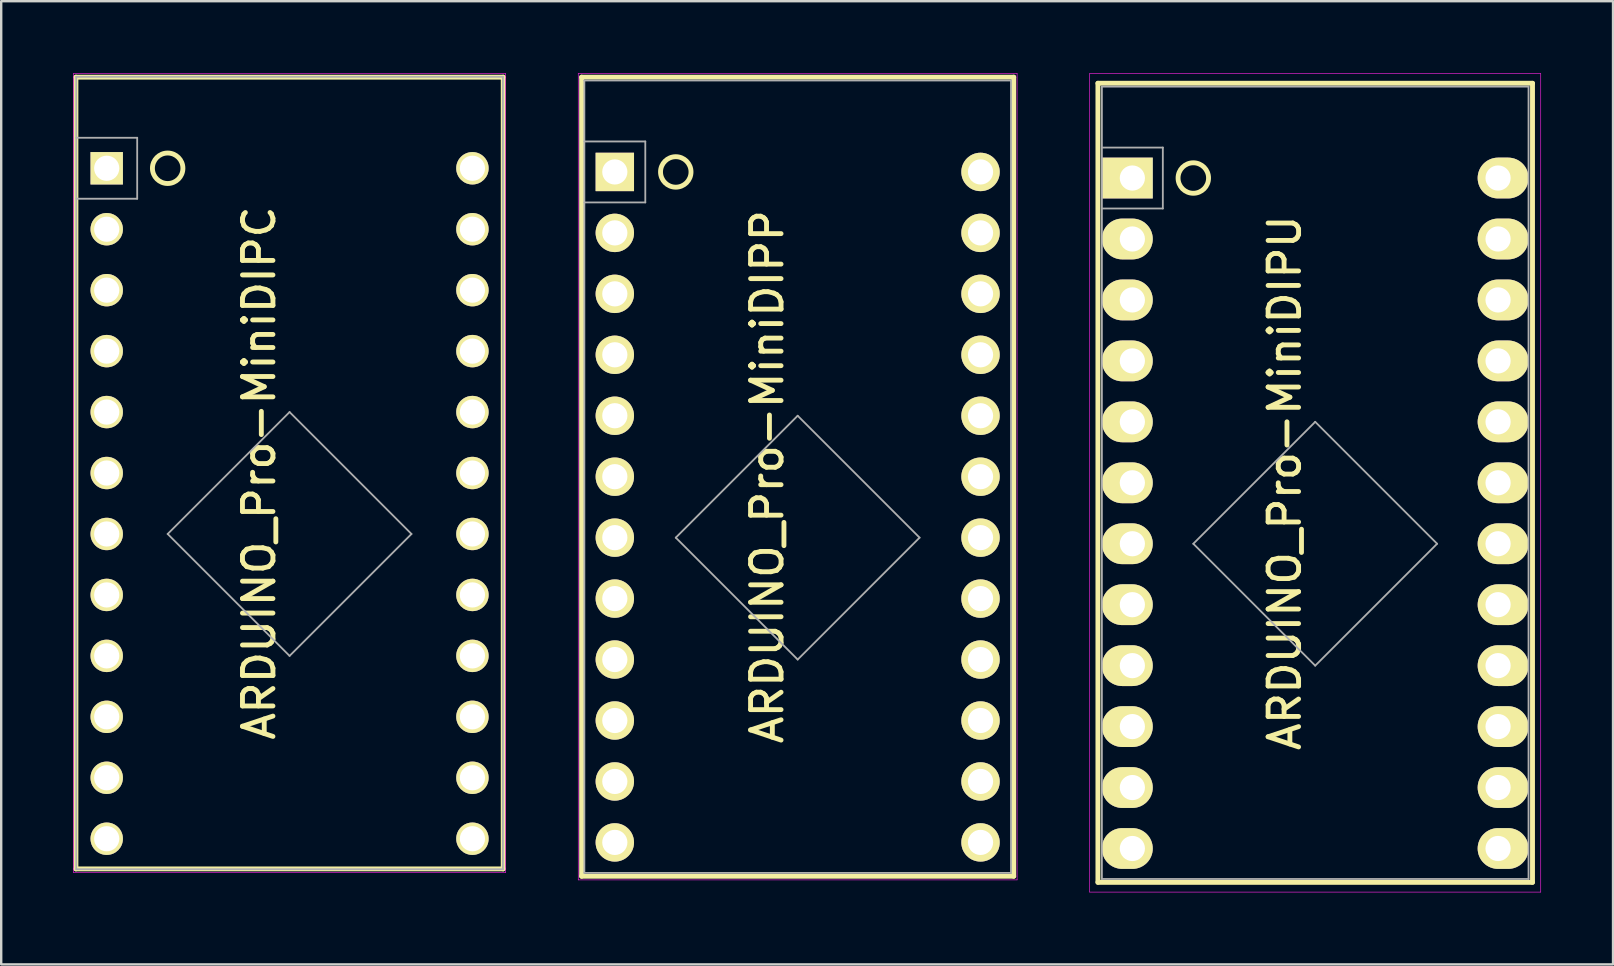
<source format=kicad_pcb>
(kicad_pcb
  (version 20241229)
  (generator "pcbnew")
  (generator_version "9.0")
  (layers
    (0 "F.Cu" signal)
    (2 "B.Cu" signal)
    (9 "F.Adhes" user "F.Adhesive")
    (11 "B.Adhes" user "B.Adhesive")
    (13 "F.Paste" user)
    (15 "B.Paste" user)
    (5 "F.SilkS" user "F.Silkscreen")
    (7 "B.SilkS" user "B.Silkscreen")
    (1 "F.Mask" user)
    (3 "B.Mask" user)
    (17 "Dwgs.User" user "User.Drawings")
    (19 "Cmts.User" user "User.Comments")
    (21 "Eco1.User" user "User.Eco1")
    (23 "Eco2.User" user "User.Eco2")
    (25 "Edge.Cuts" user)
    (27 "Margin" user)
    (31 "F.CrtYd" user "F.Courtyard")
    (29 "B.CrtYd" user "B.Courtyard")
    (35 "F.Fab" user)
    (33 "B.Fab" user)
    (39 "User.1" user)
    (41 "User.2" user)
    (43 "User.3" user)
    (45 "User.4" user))
  (footprint "ARDUINO_Pro-MiniDIPP"
    (layer "F.Cu")
    (at 30.191 16.815)
    (property "Reference" "ARDUINO_Pro-MiniDIPP" (at -1.27 0 90) (layer "F.SilkS") (effects (font (size 1.27 1.27) (thickness 0.203))))
    (attr through_hole)
    (fp_line (start -9.004 -16.65) (end 9.004 -16.65) (stroke (width 0.203) (type solid)) (layer "F.SilkS"))
    (fp_line (start -9.004 16.65) (end -9.004 -16.65) (stroke (width 0.203) (type solid)) (layer "F.SilkS"))
    (fp_line (start 9.004 -16.65) (end 9.004 16.65) (stroke (width 0.203) (type solid)) (layer "F.SilkS"))
    (fp_line (start 9.004 16.65) (end -9.004 16.65) (stroke (width 0.203) (type solid)) (layer "F.SilkS"))
    (fp_circle (center -5.08 -12.7) (end -4.445 -12.7) (stroke (width 0.203) (type solid)) (fill no) (layer "F.SilkS"))
    (fp_line (start -9.144 -16.802) (end 9.144 -16.802) (stroke (width 0.025) (type solid)) (layer "F.CrtYd"))
    (fp_line (start -9.144 16.802) (end -9.144 -16.802) (stroke (width 0.025) (type solid)) (layer "F.CrtYd"))
    (fp_line (start 9.144 -16.802) (end 9.144 16.802) (stroke (width 0.025) (type solid)) (layer "F.CrtYd"))
    (fp_line (start 9.144 16.802) (end -9.144 16.802) (stroke (width 0.025) (type solid)) (layer "F.CrtYd"))
    (fp_line (start -8.89 -16.51) (end 8.89 -16.51) (stroke (width 0.076) (type solid)) (layer "F.Fab"))
    (fp_line (start -8.89 -13.97) (end -6.35 -13.97) (stroke (width 0.076) (type solid)) (layer "F.Fab"))
    (fp_line (start -8.89 16.51) (end -8.89 -16.51) (stroke (width 0.076) (type solid)) (layer "F.Fab"))
    (fp_line (start -6.35 -13.97) (end -6.35 -11.43) (stroke (width 0.076) (type solid)) (layer "F.Fab"))
    (fp_line (start -6.35 -11.43) (end -8.89 -11.43) (stroke (width 0.076) (type solid)) (layer "F.Fab"))
    (fp_line (start -5.08 2.54) (end 0 7.62) (stroke (width 0.076) (type solid)) (layer "F.Fab"))
    (fp_line (start 0 -2.54) (end -5.08 2.54) (stroke (width 0.076) (type solid)) (layer "F.Fab"))
    (fp_line (start 0 7.62) (end 5.08 2.54) (stroke (width 0.076) (type solid)) (layer "F.Fab"))
    (fp_line (start 5.08 2.54) (end 0 -2.54) (stroke (width 0.076) (type solid)) (layer "F.Fab"))
    (fp_line (start 8.89 -16.51) (end 8.89 16.51) (stroke (width 0.076) (type solid)) (layer "F.Fab"))
    (fp_line (start 8.89 16.51) (end -8.89 16.51) (stroke (width 0.076) (type solid)) (layer "F.Fab"))
    (pad "1" thru_hole rect (at -7.62 -12.7) (size 1.6 1.6) (drill 1.05) (layers "*.Cu" "*.Mask" "F.SilkS"))
    (pad "2" thru_hole circle (at -7.62 -10.16) (size 1.6 1.6) (drill 1.05) (layers "*.Cu" "*.Mask" "F.SilkS"))
    (pad "3" thru_hole circle (at -7.62 -7.62) (size 1.6 1.6) (drill 1.05) (layers "*.Cu" "*.Mask" "F.SilkS"))
    (pad "4" thru_hole circle (at -7.62 -5.08) (size 1.6 1.6) (drill 1.05) (layers "*.Cu" "*.Mask" "F.SilkS"))
    (pad "5" thru_hole circle (at -7.62 -2.54) (size 1.6 1.6) (drill 1.05) (layers "*.Cu" "*.Mask" "F.SilkS"))
    (pad "6" thru_hole circle (at -7.62 0) (size 1.6 1.6) (drill 1.05) (layers "*.Cu" "*.Mask" "F.SilkS"))
    (pad "7" thru_hole circle (at -7.62 2.54) (size 1.6 1.6) (drill 1.05) (layers "*.Cu" "*.Mask" "F.SilkS"))
    (pad "8" thru_hole circle (at -7.62 5.08) (size 1.6 1.6) (drill 1.05) (layers "*.Cu" "*.Mask" "F.SilkS"))
    (pad "9" thru_hole circle (at -7.62 7.62) (size 1.6 1.6) (drill 1.05) (layers "*.Cu" "*.Mask" "F.SilkS"))
    (pad "10" thru_hole circle (at -7.62 10.16) (size 1.6 1.6) (drill 1.05) (layers "*.Cu" "*.Mask" "F.SilkS"))
    (pad "11" thru_hole circle (at -7.62 12.7) (size 1.6 1.6) (drill 1.05) (layers "*.Cu" "*.Mask" "F.SilkS"))
    (pad "12" thru_hole circle (at -7.62 15.24) (size 1.6 1.6) (drill 1.05) (layers "*.Cu" "*.Mask" "F.SilkS"))
    (pad "13" thru_hole circle (at 7.62 15.24) (size 1.6 1.6) (drill 1.05) (layers "*.Cu" "*.Mask" "F.SilkS"))
    (pad "14" thru_hole circle (at 7.62 12.7) (size 1.6 1.6) (drill 1.05) (layers "*.Cu" "*.Mask" "F.SilkS"))
    (pad "15" thru_hole circle (at 7.62 10.16) (size 1.6 1.6) (drill 1.05) (layers "*.Cu" "*.Mask" "F.SilkS"))
    (pad "16" thru_hole circle (at 7.62 7.62) (size 1.6 1.6) (drill 1.05) (layers "*.Cu" "*.Mask" "F.SilkS"))
    (pad "17" thru_hole circle (at 7.62 5.08) (size 1.6 1.6) (drill 1.05) (layers "*.Cu" "*.Mask" "F.SilkS"))
    (pad "18" thru_hole circle (at 7.62 2.54) (size 1.6 1.6) (drill 1.05) (layers "*.Cu" "*.Mask" "F.SilkS"))
    (pad "19" thru_hole circle (at 7.62 0) (size 1.6 1.6) (drill 1.05) (layers "*.Cu" "*.Mask" "F.SilkS"))
    (pad "20" thru_hole circle (at 7.62 -2.54) (size 1.6 1.6) (drill 1.05) (layers "*.Cu" "*.Mask" "F.SilkS"))
    (pad "21" thru_hole circle (at 7.62 -5.08) (size 1.6 1.6) (drill 1.05) (layers "*.Cu" "*.Mask" "F.SilkS"))
    (pad "22" thru_hole circle (at 7.62 -7.62) (size 1.6 1.6) (drill 1.05) (layers "*.Cu" "*.Mask" "F.SilkS"))
    (pad "23" thru_hole circle (at 7.62 -10.16) (size 1.6 1.6) (drill 1.05) (layers "*.Cu" "*.Mask" "F.SilkS"))
    (pad "24" thru_hole circle (at 7.62 -12.7) (size 1.6 1.6) (drill 1.05) (layers "*.Cu" "*.Mask" "F.SilkS")))
  (footprint "ARDUINO_Pro-MiniDIPC"
    (layer "F.Cu")
    (at 9.017 16.662)
    (property "Reference" "ARDUINO_Pro-MiniDIPC" (at -1.27 0 90) (layer "F.SilkS") (effects (font (size 1.27 1.27) (thickness 0.203))))
    (attr through_hole)
    (fp_line (start -8.903 -16.497) (end 8.903 -16.497) (stroke (width 0.203) (type solid)) (layer "F.SilkS"))
    (fp_line (start -8.903 16.497) (end -8.903 -16.497) (stroke (width 0.203) (type solid)) (layer "F.SilkS"))
    (fp_line (start 8.903 -16.497) (end 8.903 16.497) (stroke (width 0.203) (type solid)) (layer "F.SilkS"))
    (fp_line (start 8.903 16.497) (end -8.903 16.497) (stroke (width 0.203) (type solid)) (layer "F.SilkS"))
    (fp_circle (center -5.08 -12.7) (end -4.445 -12.7) (stroke (width 0.203) (type solid)) (fill no) (layer "F.SilkS"))
    (fp_line (start -9.004 -16.65) (end 9.004 -16.65) (stroke (width 0.025) (type solid)) (layer "F.CrtYd"))
    (fp_line (start -9.004 16.65) (end -9.004 -16.65) (stroke (width 0.025) (type solid)) (layer "F.CrtYd"))
    (fp_line (start 9.004 -16.65) (end 9.004 16.65) (stroke (width 0.025) (type solid)) (layer "F.CrtYd"))
    (fp_line (start 9.004 16.65) (end -9.004 16.65) (stroke (width 0.025) (type solid)) (layer "F.CrtYd"))
    (fp_line (start -8.89 -16.51) (end 8.89 -16.51) (stroke (width 0.076) (type solid)) (layer "F.Fab"))
    (fp_line (start -8.89 -13.97) (end -6.35 -13.97) (stroke (width 0.076) (type solid)) (layer "F.Fab"))
    (fp_line (start -8.89 16.51) (end -8.89 -16.51) (stroke (width 0.076) (type solid)) (layer "F.Fab"))
    (fp_line (start -6.35 -13.97) (end -6.35 -11.43) (stroke (width 0.076) (type solid)) (layer "F.Fab"))
    (fp_line (start -6.35 -11.43) (end -8.89 -11.43) (stroke (width 0.076) (type solid)) (layer "F.Fab"))
    (fp_line (start -5.08 2.54) (end 0 7.62) (stroke (width 0.076) (type solid)) (layer "F.Fab"))
    (fp_line (start 0 -2.54) (end -5.08 2.54) (stroke (width 0.076) (type solid)) (layer "F.Fab"))
    (fp_line (start 0 7.62) (end 5.08 2.54) (stroke (width 0.076) (type solid)) (layer "F.Fab"))
    (fp_line (start 5.08 2.54) (end 0 -2.54) (stroke (width 0.076) (type solid)) (layer "F.Fab"))
    (fp_line (start 8.89 -16.51) (end 8.89 16.51) (stroke (width 0.076) (type solid)) (layer "F.Fab"))
    (fp_line (start 8.89 16.51) (end -8.89 16.51) (stroke (width 0.076) (type solid)) (layer "F.Fab"))
    (pad "1" thru_hole rect (at -7.62 -12.7) (size 1.35 1.35) (drill 1.05) (layers "*.Cu" "*.Mask" "F.SilkS"))
    (pad "2" thru_hole circle (at -7.62 -10.16) (size 1.35 1.35) (drill 1.05) (layers "*.Cu" "*.Mask" "F.SilkS"))
    (pad "3" thru_hole circle (at -7.62 -7.62) (size 1.35 1.35) (drill 1.05) (layers "*.Cu" "*.Mask" "F.SilkS"))
    (pad "4" thru_hole circle (at -7.62 -5.08) (size 1.35 1.35) (drill 1.05) (layers "*.Cu" "*.Mask" "F.SilkS"))
    (pad "5" thru_hole circle (at -7.62 -2.54) (size 1.35 1.35) (drill 1.05) (layers "*.Cu" "*.Mask" "F.SilkS"))
    (pad "6" thru_hole circle (at -7.62 0) (size 1.35 1.35) (drill 1.05) (layers "*.Cu" "*.Mask" "F.SilkS"))
    (pad "7" thru_hole circle (at -7.62 2.54) (size 1.35 1.35) (drill 1.05) (layers "*.Cu" "*.Mask" "F.SilkS"))
    (pad "8" thru_hole circle (at -7.62 5.08) (size 1.35 1.35) (drill 1.05) (layers "*.Cu" "*.Mask" "F.SilkS"))
    (pad "9" thru_hole circle (at -7.62 7.62) (size 1.35 1.35) (drill 1.05) (layers "*.Cu" "*.Mask" "F.SilkS"))
    (pad "10" thru_hole circle (at -7.62 10.16) (size 1.35 1.35) (drill 1.05) (layers "*.Cu" "*.Mask" "F.SilkS"))
    (pad "11" thru_hole circle (at -7.62 12.7) (size 1.35 1.35) (drill 1.05) (layers "*.Cu" "*.Mask" "F.SilkS"))
    (pad "12" thru_hole circle (at -7.62 15.24) (size 1.35 1.35) (drill 1.05) (layers "*.Cu" "*.Mask" "F.SilkS"))
    (pad "13" thru_hole circle (at 7.62 15.24) (size 1.35 1.35) (drill 1.05) (layers "*.Cu" "*.Mask" "F.SilkS"))
    (pad "14" thru_hole circle (at 7.62 12.7) (size 1.35 1.35) (drill 1.05) (layers "*.Cu" "*.Mask" "F.SilkS"))
    (pad "15" thru_hole circle (at 7.62 10.16) (size 1.35 1.35) (drill 1.05) (layers "*.Cu" "*.Mask" "F.SilkS"))
    (pad "16" thru_hole circle (at 7.62 7.62) (size 1.35 1.35) (drill 1.05) (layers "*.Cu" "*.Mask" "F.SilkS"))
    (pad "17" thru_hole circle (at 7.62 5.08) (size 1.35 1.35) (drill 1.05) (layers "*.Cu" "*.Mask" "F.SilkS"))
    (pad "18" thru_hole circle (at 7.62 2.54) (size 1.35 1.35) (drill 1.05) (layers "*.Cu" "*.Mask" "F.SilkS"))
    (pad "19" thru_hole circle (at 7.62 0) (size 1.35 1.35) (drill 1.05) (layers "*.Cu" "*.Mask" "F.SilkS"))
    (pad "20" thru_hole circle (at 7.62 -2.54) (size 1.35 1.35) (drill 1.05) (layers "*.Cu" "*.Mask" "F.SilkS"))
    (pad "21" thru_hole circle (at 7.62 -5.08) (size 1.35 1.35) (drill 1.05) (layers "*.Cu" "*.Mask" "F.SilkS"))
    (pad "22" thru_hole circle (at 7.62 -7.62) (size 1.35 1.35) (drill 1.05) (layers "*.Cu" "*.Mask" "F.SilkS"))
    (pad "23" thru_hole circle (at 7.62 -10.16) (size 1.35 1.35) (drill 1.05) (layers "*.Cu" "*.Mask" "F.SilkS"))
    (pad "24" thru_hole circle (at 7.62 -12.7) (size 1.35 1.35) (drill 1.05) (layers "*.Cu" "*.Mask" "F.SilkS")))
  (footprint "ARDUINO_Pro-MiniDIPU"
    (layer "F.Cu")
    (at 51.758 17.069)
    (property "Reference" "ARDUINO_Pro-MiniDIPU" (at -1.27 0 90) (layer "F.SilkS") (effects (font (size 1.27 1.27) (thickness 0.203))))
    (attr through_hole)
    (fp_line (start -9.055 -16.65) (end 9.055 -16.65) (stroke (width 0.203) (type solid)) (layer "F.SilkS"))
    (fp_line (start -9.055 16.65) (end -9.055 -16.65) (stroke (width 0.203) (type solid)) (layer "F.SilkS"))
    (fp_line (start 9.055 -16.65) (end 9.055 16.65) (stroke (width 0.203) (type solid)) (layer "F.SilkS"))
    (fp_line (start 9.055 16.65) (end -9.055 16.65) (stroke (width 0.203) (type solid)) (layer "F.SilkS"))
    (fp_circle (center -5.08 -12.7) (end -4.445 -12.7) (stroke (width 0.203) (type solid)) (fill no) (layer "F.SilkS"))
    (fp_line (start -9.398 -17.056) (end 9.398 -17.056) (stroke (width 0.025) (type solid)) (layer "F.CrtYd"))
    (fp_line (start -9.398 17.056) (end -9.398 -17.056) (stroke (width 0.025) (type solid)) (layer "F.CrtYd"))
    (fp_line (start 9.398 -17.056) (end 9.398 17.056) (stroke (width 0.025) (type solid)) (layer "F.CrtYd"))
    (fp_line (start 9.398 17.056) (end -9.398 17.056) (stroke (width 0.025) (type solid)) (layer "F.CrtYd"))
    (fp_line (start -8.89 -16.51) (end 8.89 -16.51) (stroke (width 0.076) (type solid)) (layer "F.Fab"))
    (fp_line (start -8.89 -13.97) (end -6.35 -13.97) (stroke (width 0.076) (type solid)) (layer "F.Fab"))
    (fp_line (start -8.89 16.51) (end -8.89 -16.51) (stroke (width 0.076) (type solid)) (layer "F.Fab"))
    (fp_line (start -6.35 -13.97) (end -6.35 -11.43) (stroke (width 0.076) (type solid)) (layer "F.Fab"))
    (fp_line (start -6.35 -11.43) (end -8.89 -11.43) (stroke (width 0.076) (type solid)) (layer "F.Fab"))
    (fp_line (start -5.08 2.54) (end 0 7.62) (stroke (width 0.076) (type solid)) (layer "F.Fab"))
    (fp_line (start 0 -2.54) (end -5.08 2.54) (stroke (width 0.076) (type solid)) (layer "F.Fab"))
    (fp_line (start 0 7.62) (end 5.08 2.54) (stroke (width 0.076) (type solid)) (layer "F.Fab"))
    (fp_line (start 5.08 2.54) (end 0 -2.54) (stroke (width 0.076) (type solid)) (layer "F.Fab"))
    (fp_line (start 8.89 -16.51) (end 8.89 16.51) (stroke (width 0.076) (type solid)) (layer "F.Fab"))
    (fp_line (start 8.89 16.51) (end -8.89 16.51) (stroke (width 0.076) (type solid)) (layer "F.Fab"))
    (pad "1" thru_hole rect (at -7.62 -12.7 180) (size 2.12 1.7) (drill 1.05 (offset 0.21 0)) (layers "*.Cu" "*.Mask" "F.SilkS"))
    (pad "2" thru_hole oval (at -7.62 -10.16 180) (size 2.12 1.7) (drill 1.05 (offset 0.21 0)) (layers "*.Cu" "*.Mask" "F.SilkS"))
    (pad "3" thru_hole oval (at -7.62 -7.62 180) (size 2.12 1.7) (drill 1.05 (offset 0.21 0)) (layers "*.Cu" "*.Mask" "F.SilkS"))
    (pad "4" thru_hole oval (at -7.62 -5.08 180) (size 2.12 1.7) (drill 1.05 (offset 0.21 0)) (layers "*.Cu" "*.Mask" "F.SilkS"))
    (pad "5" thru_hole oval (at -7.62 -2.54 180) (size 2.12 1.7) (drill 1.05 (offset 0.21 0)) (layers "*.Cu" "*.Mask" "F.SilkS"))
    (pad "6" thru_hole oval (at -7.62 0 180) (size 2.12 1.7) (drill 1.05 (offset 0.21 0)) (layers "*.Cu" "*.Mask" "F.SilkS"))
    (pad "7" thru_hole oval (at -7.62 2.54 180) (size 2.12 1.7) (drill 1.05 (offset 0.21 0)) (layers "*.Cu" "*.Mask" "F.SilkS"))
    (pad "8" thru_hole oval (at -7.62 5.08 180) (size 2.12 1.7) (drill 1.05 (offset 0.21 0)) (layers "*.Cu" "*.Mask" "F.SilkS"))
    (pad "9" thru_hole oval (at -7.62 7.62 180) (size 2.12 1.7) (drill 1.05 (offset 0.21 0)) (layers "*.Cu" "*.Mask" "F.SilkS"))
    (pad "10" thru_hole oval (at -7.62 10.16 180) (size 2.12 1.7) (drill 1.05 (offset 0.21 0)) (layers "*.Cu" "*.Mask" "F.SilkS"))
    (pad "11" thru_hole oval (at -7.62 12.7 180) (size 2.12 1.7) (drill 1.05 (offset 0.21 0)) (layers "*.Cu" "*.Mask" "F.SilkS"))
    (pad "12" thru_hole oval (at -7.62 15.24 180) (size 2.12 1.7) (drill 1.05 (offset 0.21 0)) (layers "*.Cu" "*.Mask" "F.SilkS"))
    (pad "13" thru_hole oval (at 7.62 15.24) (size 2.12 1.7) (drill 1.05 (offset 0.21 0)) (layers "*.Cu" "*.Mask" "F.SilkS"))
    (pad "14" thru_hole oval (at 7.62 12.7) (size 2.12 1.7) (drill 1.05 (offset 0.21 0)) (layers "*.Cu" "*.Mask" "F.SilkS"))
    (pad "15" thru_hole oval (at 7.62 10.16) (size 2.12 1.7) (drill 1.05 (offset 0.21 0)) (layers "*.Cu" "*.Mask" "F.SilkS"))
    (pad "16" thru_hole oval (at 7.62 7.62) (size 2.12 1.7) (drill 1.05 (offset 0.21 0)) (layers "*.Cu" "*.Mask" "F.SilkS"))
    (pad "17" thru_hole oval (at 7.62 5.08) (size 2.12 1.7) (drill 1.05 (offset 0.21 0)) (layers "*.Cu" "*.Mask" "F.SilkS"))
    (pad "18" thru_hole oval (at 7.62 2.54) (size 2.12 1.7) (drill 1.05 (offset 0.21 0)) (layers "*.Cu" "*.Mask" "F.SilkS"))
    (pad "19" thru_hole oval (at 7.62 0) (size 2.12 1.7) (drill 1.05 (offset 0.21 0)) (layers "*.Cu" "*.Mask" "F.SilkS"))
    (pad "20" thru_hole oval (at 7.62 -2.54) (size 2.12 1.7) (drill 1.05 (offset 0.21 0)) (layers "*.Cu" "*.Mask" "F.SilkS"))
    (pad "21" thru_hole oval (at 7.62 -5.08) (size 2.12 1.7) (drill 1.05 (offset 0.21 0)) (layers "*.Cu" "*.Mask" "F.SilkS"))
    (pad "22" thru_hole oval (at 7.62 -7.62) (size 2.12 1.7) (drill 1.05 (offset 0.21 0)) (layers "*.Cu" "*.Mask" "F.SilkS"))
    (pad "23" thru_hole oval (at 7.62 -10.16) (size 2.12 1.7) (drill 1.05 (offset 0.21 0)) (layers "*.Cu" "*.Mask" "F.SilkS"))
    (pad "24" thru_hole oval (at 7.62 -12.7) (size 2.12 1.7) (drill 1.05 (offset 0.21 0)) (layers "*.Cu" "*.Mask" "F.SilkS")))
  (gr_rect
    (start -3 -3)
    (end 64.169 37.138)
    (stroke (width 0.1) (type default))
    (fill no)
    (layer "Edge.Cuts")))
</source>
